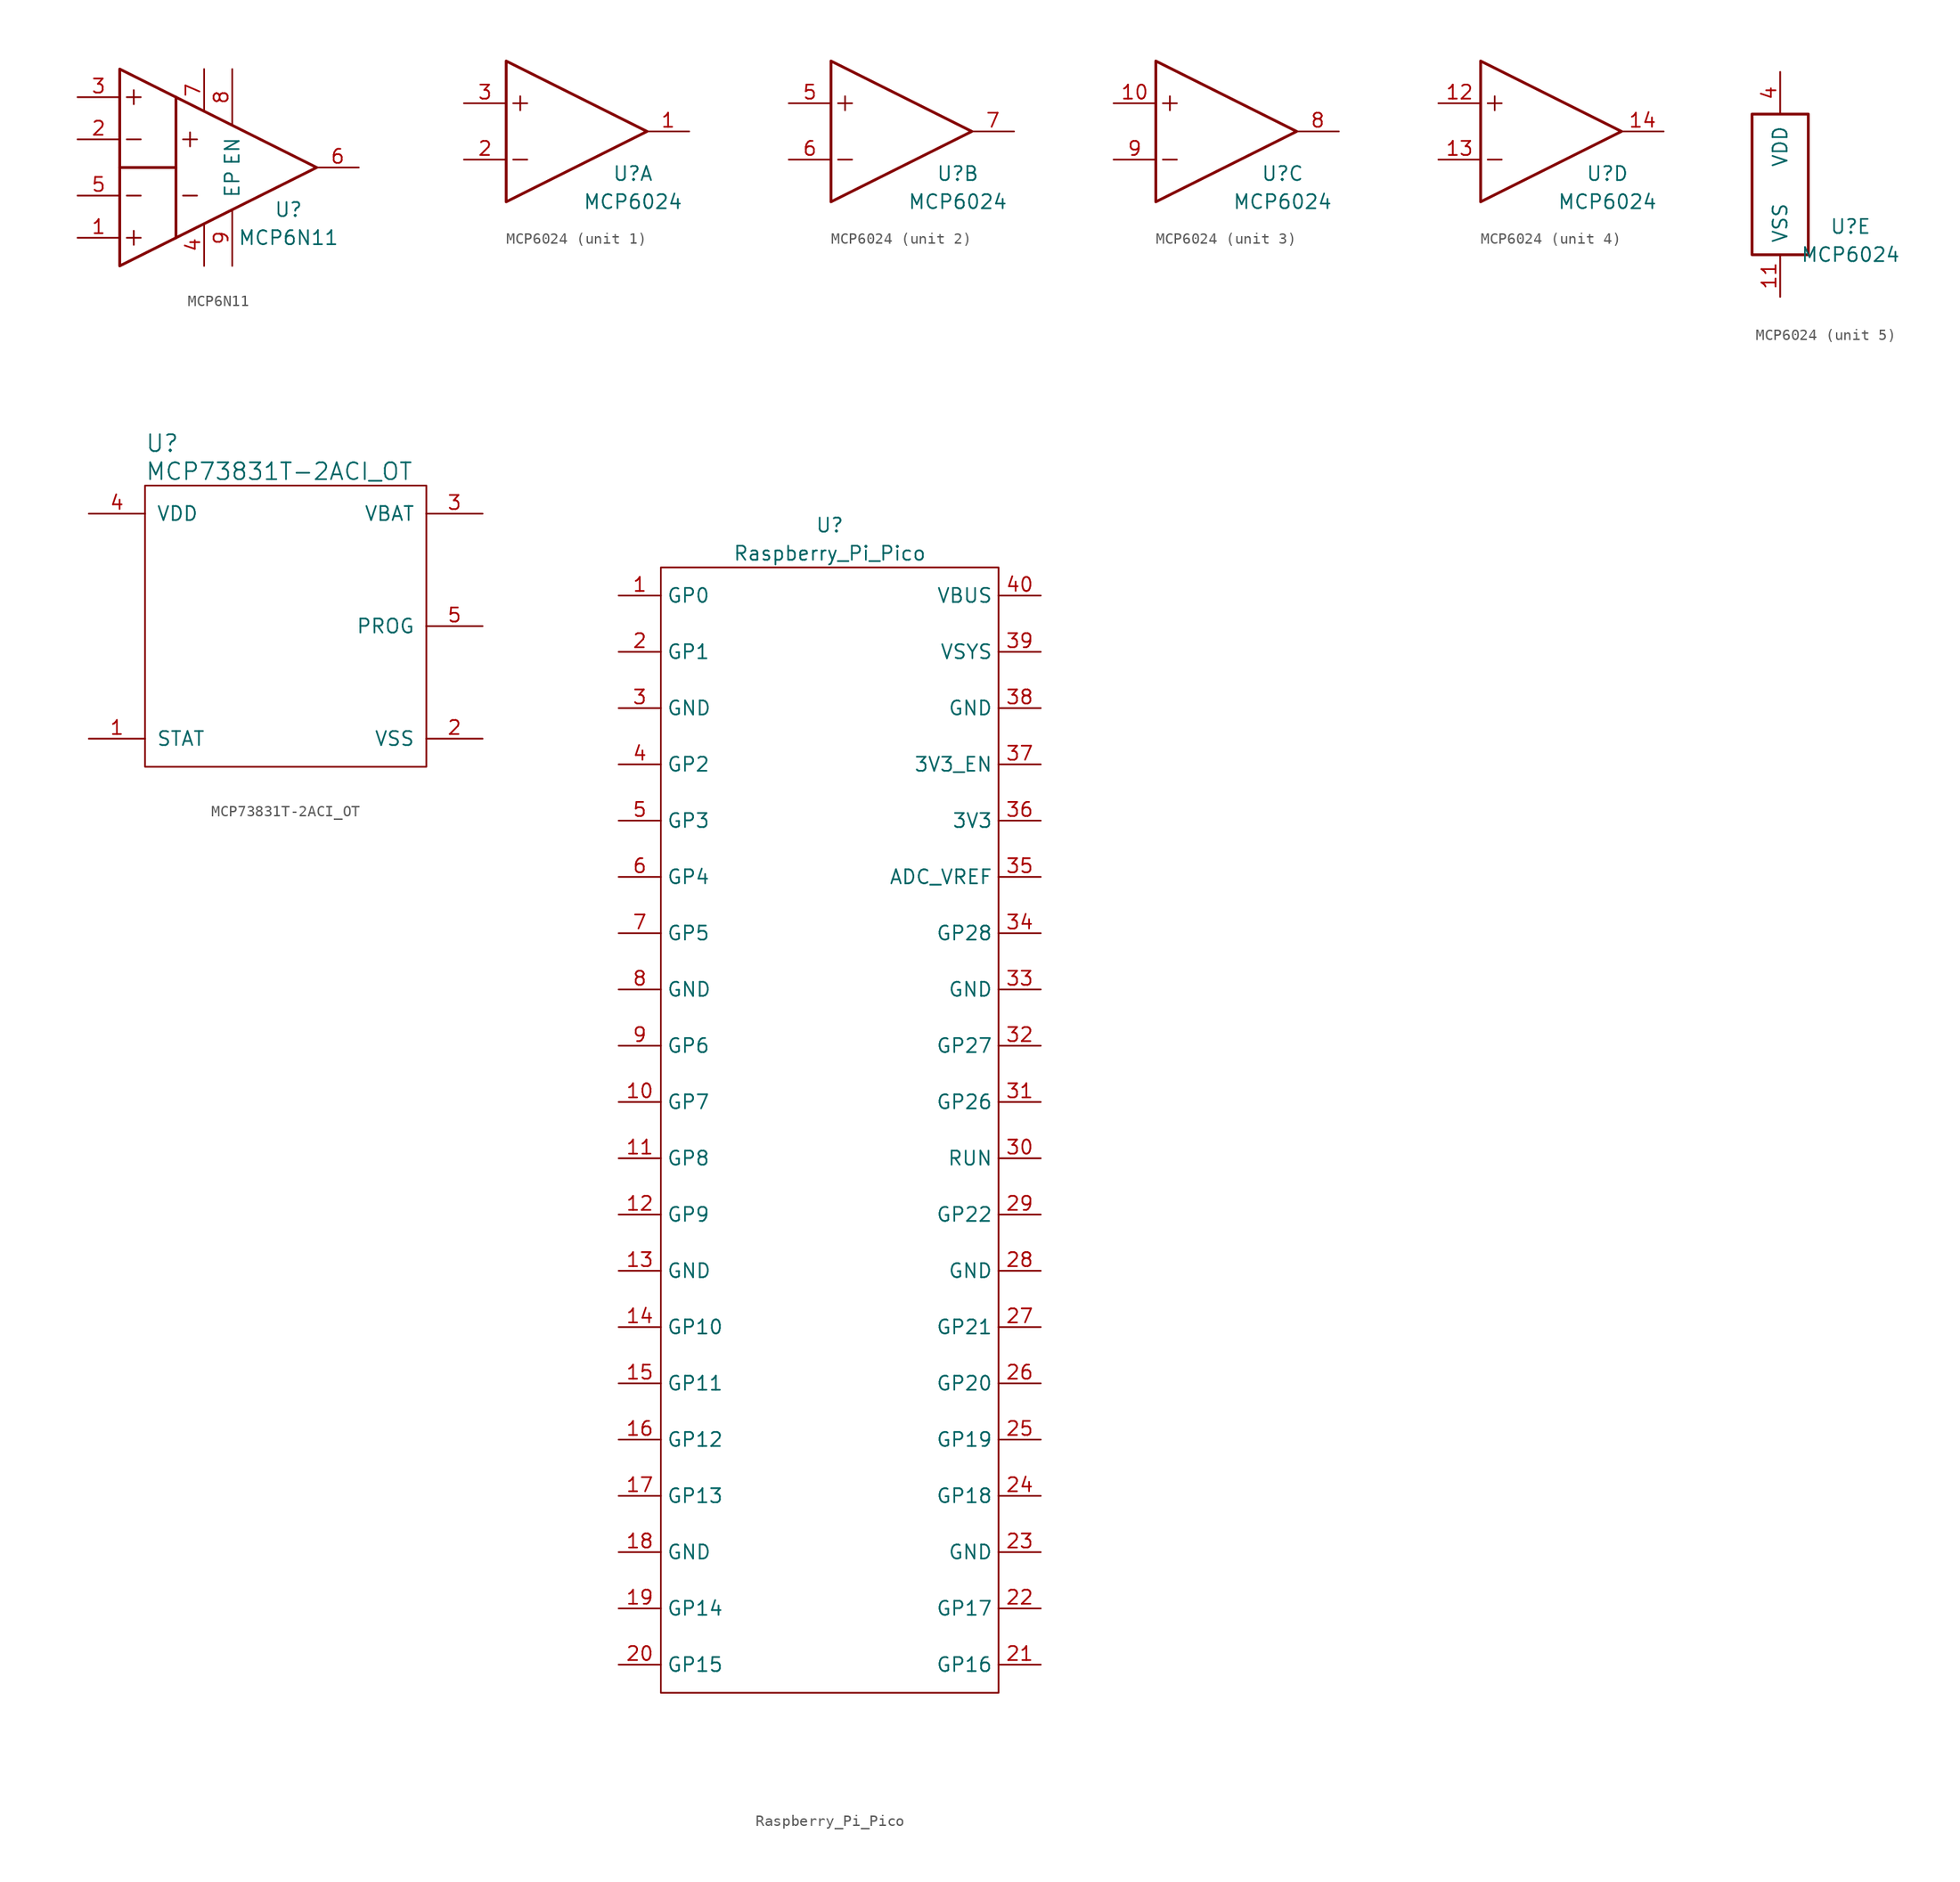
<source format=kicad_sym>
(kicad_symbol_lib
  (version 20211014)
  (generator kicad_symbol_editor)
  (symbol "MCP6N11"
    (pin_names
      (offset 1.016))
    (property "Reference" "U"
      (at 7.62 -3.81 0)
      (effects (font (size 1.27 1.27))))
    (property "Value" "MCP6N11"
      (at 7.62 -6.35 0)
      (effects (font (size 1.27 1.27))))
    (symbol "MCP6N11_0_1"
      (polyline (pts (xy -7.62 0) (xy -2.54 0)) (stroke (width 0.254) (type default) (color 0 0 0 0)) (fill (type none)))
      (polyline (pts (xy -6.985 -6.35) (xy -5.715 -6.35)) (stroke (width 0) (type default) (color 0 0 0 0)) (fill (type none)))
      (polyline (pts (xy -6.985 -2.54) (xy -5.715 -2.54)) (stroke (width 0) (type default) (color 0 0 0 0)) (fill (type none)))
      (polyline (pts (xy -6.985 2.54) (xy -5.715 2.54)) (stroke (width 0) (type default) (color 0 0 0 0)) (fill (type none)))
      (polyline (pts (xy -6.985 6.35) (xy -5.715 6.35)) (stroke (width 0) (type default) (color 0 0 0 0)) (fill (type none)))
      (polyline (pts (xy -6.35 -5.715) (xy -6.35 -6.985)) (stroke (width 0) (type default) (color 0 0 0 0)) (fill (type none)))
      (polyline (pts (xy -6.35 6.985) (xy -6.35 5.715)) (stroke (width 0) (type default) (color 0 0 0 0)) (fill (type none)))
      (polyline (pts (xy -1.905 -2.54) (xy -0.635 -2.54)) (stroke (width 0) (type default) (color 0 0 0 0)) (fill (type none)))
      (polyline (pts (xy -1.905 2.54) (xy -0.635 2.54)) (stroke (width 0) (type default) (color 0 0 0 0)) (fill (type none)))
      (polyline (pts (xy -1.27 3.175) (xy -1.27 1.905)) (stroke (width 0) (type default) (color 0 0 0 0)) (fill (type none)))
      (polyline (pts (xy -2.54 6.35) (xy -7.62 8.89) (xy -7.62 -8.89) (xy -2.54 -6.35)) (stroke (width 0.254) (type default) (color 0 0 0 0)) (fill (type none)))
      (polyline (pts (xy -2.54 0) (xy -2.54 6.35) (xy 10.16 0) (xy -2.54 -6.35) (xy -2.54 0)) (stroke (width 0.254) (type default) (color 0 0 0 0)) (fill (type none))))
    (symbol "MCP6N11_1_1"
      (pin input line (at -11.43 -6.35 0) (length 3.81) (name "~" (effects (font (size 1.27 1.27)))) (number "1" (effects (font (size 1.27 1.27)))))
      (pin input line (at -11.43 2.54 0) (length 3.81) (name "~" (effects (font (size 1.27 1.27)))) (number "2" (effects (font (size 1.27 1.27)))))
      (pin input line (at -11.43 6.35 0) (length 3.81) (name "~" (effects (font (size 1.27 1.27)))) (number "3" (effects (font (size 1.27 1.27)))))
      (pin power_in line (at 0 -8.89 90) (length 3.81) (name "~" (effects (font (size 1.27 1.27)))) (number "4" (effects (font (size 1.27 1.27)))))
      (pin input line (at -11.43 -2.54 0) (length 3.81) (name "~" (effects (font (size 1.27 1.27)))) (number "5" (effects (font (size 1.27 1.27)))))
      (pin output line (at 13.97 0 180) (length 3.81) (name "~" (effects (font (size 1.27 1.27)))) (number "6" (effects (font (size 1.27 1.27)))))
      (pin power_in line (at 0 8.89 270) (length 3.81) (name "~" (effects (font (size 1.27 1.27)))) (number "7" (effects (font (size 1.27 1.27)))))
      (pin input line (at 2.54 8.89 270) (length 5.08) (name "EN" (effects (font (size 1.27 1.27)))) (number "8" (effects (font (size 1.27 1.27)))))
      (pin power_in line (at 2.54 -8.89 90) (length 5.08) (name "EP" (effects (font (size 1.27 1.27)))) (number "9" (effects (font (size 1.27 1.27)))))))
  (symbol "MCP6024"
    (pin_names
      (offset 1.016))
    (property "Reference" "U"
      (at 6.35 -3.81 0)
      (effects (font (size 1.27 1.27))))
    (property "Value" "MCP6024"
      (at 6.35 -6.35 0)
      (effects (font (size 1.27 1.27))))
    (property "ki_locked" ""
      (at 0 0 0)
      (effects (font (size 1.27 1.27))))
    (symbol "MCP6024_1_1"
      (polyline (pts (xy -4.445 -2.54) (xy -3.175 -2.54)) (stroke (width 0) (type default) (color 0 0 0 0)) (fill (type none)))
      (polyline (pts (xy -4.445 2.54) (xy -3.175 2.54)) (stroke (width 0) (type default) (color 0 0 0 0)) (fill (type none)))
      (polyline (pts (xy -3.81 3.175) (xy -3.81 1.905)) (stroke (width 0) (type default) (color 0 0 0 0)) (fill (type none)))
      (polyline (pts (xy -5.08 0) (xy -5.08 6.35) (xy 7.62 0) (xy -5.08 -6.35) (xy -5.08 0)) (stroke (width 0.254) (type default) (color 0 0 0 0)) (fill (type none)))
      (pin output line (at 11.43 0 180) (length 3.81) (name "~" (effects (font (size 1.27 1.27)))) (number "1" (effects (font (size 1.27 1.27)))))
      (pin input line (at -8.89 -2.54 0) (length 3.81) (name "~" (effects (font (size 1.27 1.27)))) (number "2" (effects (font (size 1.27 1.27)))))
      (pin input line (at -8.89 2.54 0) (length 3.81) (name "~" (effects (font (size 1.27 1.27)))) (number "3" (effects (font (size 1.27 1.27))))))
    (symbol "MCP6024_2_1"
      (polyline (pts (xy -4.445 -2.54) (xy -3.175 -2.54)) (stroke (width 0) (type default) (color 0 0 0 0)) (fill (type none)))
      (polyline (pts (xy -4.445 2.54) (xy -3.175 2.54)) (stroke (width 0) (type default) (color 0 0 0 0)) (fill (type none)))
      (polyline (pts (xy -3.81 3.175) (xy -3.81 1.905)) (stroke (width 0) (type default) (color 0 0 0 0)) (fill (type none)))
      (polyline (pts (xy -5.08 0) (xy -5.08 6.35) (xy 7.62 0) (xy -5.08 -6.35) (xy -5.08 0)) (stroke (width 0.254) (type default) (color 0 0 0 0)) (fill (type none)))
      (pin output line (at -8.89 2.54 0) (length 3.81) (name "~" (effects (font (size 1.27 1.27)))) (number "5" (effects (font (size 1.27 1.27)))))
      (pin output line (at -8.89 -2.54 0) (length 3.81) (name "~" (effects (font (size 1.27 1.27)))) (number "6" (effects (font (size 1.27 1.27)))))
      (pin output line (at 11.43 0 180) (length 3.81) (name "~" (effects (font (size 1.27 1.27)))) (number "7" (effects (font (size 1.27 1.27))))))
    (symbol "MCP6024_3_1"
      (polyline (pts (xy -4.445 -2.54) (xy -3.175 -2.54)) (stroke (width 0) (type default) (color 0 0 0 0)) (fill (type none)))
      (polyline (pts (xy -4.445 2.54) (xy -3.175 2.54)) (stroke (width 0) (type default) (color 0 0 0 0)) (fill (type none)))
      (polyline (pts (xy -3.81 3.175) (xy -3.81 1.905)) (stroke (width 0) (type default) (color 0 0 0 0)) (fill (type none)))
      (polyline (pts (xy -5.08 0) (xy -5.08 6.35) (xy 7.62 0) (xy -5.08 -6.35) (xy -5.08 0)) (stroke (width 0.254) (type default) (color 0 0 0 0)) (fill (type none)))
      (pin input line (at -8.89 2.54 0) (length 3.81) (name "~" (effects (font (size 1.27 1.27)))) (number "10" (effects (font (size 1.27 1.27)))))
      (pin output line (at 11.43 0 180) (length 3.81) (name "~" (effects (font (size 1.27 1.27)))) (number "8" (effects (font (size 1.27 1.27)))))
      (pin input line (at -8.89 -2.54 0) (length 3.81) (name "~" (effects (font (size 1.27 1.27)))) (number "9" (effects (font (size 1.27 1.27))))))
    (symbol "MCP6024_4_1"
      (polyline (pts (xy -4.445 -2.54) (xy -3.175 -2.54)) (stroke (width 0) (type default) (color 0 0 0 0)) (fill (type none)))
      (polyline (pts (xy -4.445 2.54) (xy -3.175 2.54)) (stroke (width 0) (type default) (color 0 0 0 0)) (fill (type none)))
      (polyline (pts (xy -3.81 3.175) (xy -3.81 1.905)) (stroke (width 0) (type default) (color 0 0 0 0)) (fill (type none)))
      (polyline (pts (xy -5.08 0) (xy -5.08 6.35) (xy 7.62 0) (xy -5.08 -6.35) (xy -5.08 0)) (stroke (width 0.254) (type default) (color 0 0 0 0)) (fill (type none)))
      (pin input line (at -8.89 2.54 0) (length 3.81) (name "~" (effects (font (size 1.27 1.27)))) (number "12" (effects (font (size 1.27 1.27)))))
      (pin input line (at -8.89 -2.54 0) (length 3.81) (name "~" (effects (font (size 1.27 1.27)))) (number "13" (effects (font (size 1.27 1.27)))))
      (pin output line (at 11.43 0 180) (length 3.81) (name "~" (effects (font (size 1.27 1.27)))) (number "14" (effects (font (size 1.27 1.27))))))
    (symbol "MCP6024_5_1"
      (rectangle (start 2.54 -6.35) (end -2.54 6.35) (stroke (width 0.254) (type default) (color 0 0 0 0)) (fill (type none)))
      (pin power_in line (at 0 -10.16 90) (length 3.81) (name "VSS" (effects (font (size 1.27 1.27)))) (number "11" (effects (font (size 1.27 1.27)))))
      (pin power_in line (at 0 10.16 270) (length 3.81) (name "VDD" (effects (font (size 1.27 1.27)))) (number "4" (effects (font (size 1.27 1.27)))))))
  (symbol "MCP73831T-2ACI_OT"
    (pin_names
      (offset 1.016))
    (property "Reference" "U"
      (at -12.7 16.51 0)
      (effects (font (size 1.524 1.524)) (justify left)))
    (property "Value" "MCP73831T-2ACI_OT"
      (at -12.7 13.97 0)
      (effects (font (size 1.524 1.524)) (justify left)))
    (symbol "MCP73831T-2ACI_OT_0_1"
      (rectangle (start 12.7 12.7) (end -12.7 -12.7) (stroke (width 0) (type default) (color 0 0 0 0)) (fill (type none))))
    (symbol "MCP73831T-2ACI_OT_1_1"
      (pin input line (at -17.78 -10.16 0) (length 5.08) (name "STAT" (effects (font (size 1.27 1.27)))) (number "1" (effects (font (size 1.27 1.27)))))
      (pin input line (at 17.78 -10.16 180) (length 5.08) (name "VSS" (effects (font (size 1.27 1.27)))) (number "2" (effects (font (size 1.27 1.27)))))
      (pin input line (at 17.78 10.16 180) (length 5.08) (name "VBAT" (effects (font (size 1.27 1.27)))) (number "3" (effects (font (size 1.27 1.27)))))
      (pin input line (at -17.78 10.16 0) (length 5.08) (name "VDD" (effects (font (size 1.27 1.27)))) (number "4" (effects (font (size 1.27 1.27)))))
      (pin input line (at 17.78 0 180) (length 5.08) (name "PROG" (effects (font (size 1.27 1.27)))) (number "5" (effects (font (size 1.27 1.27)))))))
  (symbol "Raspberry_Pi_Pico"
    (property "Reference" "U"
      (at 0 54.61 0)
      (effects (font (size 1.27 1.27))))
    (property "Value" "Raspberry_Pi_Pico"
      (at 0 52.07 0)
      (effects (font (size 1.27 1.27))))
    (symbol "Raspberry_Pi_Pico_0_1"
      (rectangle (start -15.24 50.8) (end 15.24 -50.8) (stroke (width 0) (type default) (color 0 0 0 0)) (fill (type none))))
    (symbol "Raspberry_Pi_Pico_1_1"
      (pin unspecified line (at -19.05 48.26 0) (length 3.81) (name "GP0" (effects (font (size 1.27 1.27)))) (number "1" (effects (font (size 1.27 1.27)))))
      (pin unspecified line (at -19.05 2.54 0) (length 3.81) (name "GP7" (effects (font (size 1.27 1.27)))) (number "10" (effects (font (size 1.27 1.27)))))
      (pin unspecified line (at -19.05 -2.54 0) (length 3.81) (name "GP8" (effects (font (size 1.27 1.27)))) (number "11" (effects (font (size 1.27 1.27)))))
      (pin unspecified line (at -19.05 -7.62 0) (length 3.81) (name "GP9" (effects (font (size 1.27 1.27)))) (number "12" (effects (font (size 1.27 1.27)))))
      (pin unspecified line (at -19.05 -12.7 0) (length 3.81) (name "GND" (effects (font (size 1.27 1.27)))) (number "13" (effects (font (size 1.27 1.27)))))
      (pin unspecified line (at -19.05 -17.78 0) (length 3.81) (name "GP10" (effects (font (size 1.27 1.27)))) (number "14" (effects (font (size 1.27 1.27)))))
      (pin unspecified line (at -19.05 -22.86 0) (length 3.81) (name "GP11" (effects (font (size 1.27 1.27)))) (number "15" (effects (font (size 1.27 1.27)))))
      (pin unspecified line (at -19.05 -27.94 0) (length 3.81) (name "GP12" (effects (font (size 1.27 1.27)))) (number "16" (effects (font (size 1.27 1.27)))))
      (pin unspecified line (at -19.05 -33.02 0) (length 3.81) (name "GP13" (effects (font (size 1.27 1.27)))) (number "17" (effects (font (size 1.27 1.27)))))
      (pin unspecified line (at -19.05 -38.1 0) (length 3.81) (name "GND" (effects (font (size 1.27 1.27)))) (number "18" (effects (font (size 1.27 1.27)))))
      (pin unspecified line (at -19.05 -43.18 0) (length 3.81) (name "GP14" (effects (font (size 1.27 1.27)))) (number "19" (effects (font (size 1.27 1.27)))))
      (pin unspecified line (at -19.05 43.18 0) (length 3.81) (name "GP1" (effects (font (size 1.27 1.27)))) (number "2" (effects (font (size 1.27 1.27)))))
      (pin unspecified line (at -19.05 -48.26 0) (length 3.81) (name "GP15" (effects (font (size 1.27 1.27)))) (number "20" (effects (font (size 1.27 1.27)))))
      (pin unspecified line (at 19.05 -48.26 180) (length 3.81) (name "GP16" (effects (font (size 1.27 1.27)))) (number "21" (effects (font (size 1.27 1.27)))))
      (pin unspecified line (at 19.05 -43.18 180) (length 3.81) (name "GP17" (effects (font (size 1.27 1.27)))) (number "22" (effects (font (size 1.27 1.27)))))
      (pin unspecified line (at 19.05 -38.1 180) (length 3.81) (name "GND" (effects (font (size 1.27 1.27)))) (number "23" (effects (font (size 1.27 1.27)))))
      (pin unspecified line (at 19.05 -33.02 180) (length 3.81) (name "GP18" (effects (font (size 1.27 1.27)))) (number "24" (effects (font (size 1.27 1.27)))))
      (pin unspecified line (at 19.05 -27.94 180) (length 3.81) (name "GP19" (effects (font (size 1.27 1.27)))) (number "25" (effects (font (size 1.27 1.27)))))
      (pin unspecified line (at 19.05 -22.86 180) (length 3.81) (name "GP20" (effects (font (size 1.27 1.27)))) (number "26" (effects (font (size 1.27 1.27)))))
      (pin unspecified line (at 19.05 -17.78 180) (length 3.81) (name "GP21" (effects (font (size 1.27 1.27)))) (number "27" (effects (font (size 1.27 1.27)))))
      (pin unspecified line (at 19.05 -12.7 180) (length 3.81) (name "GND" (effects (font (size 1.27 1.27)))) (number "28" (effects (font (size 1.27 1.27)))))
      (pin unspecified line (at 19.05 -7.62 180) (length 3.81) (name "GP22" (effects (font (size 1.27 1.27)))) (number "29" (effects (font (size 1.27 1.27)))))
      (pin unspecified line (at -19.05 38.1 0) (length 3.81) (name "GND" (effects (font (size 1.27 1.27)))) (number "3" (effects (font (size 1.27 1.27)))))
      (pin unspecified line (at 19.05 -2.54 180) (length 3.81) (name "RUN" (effects (font (size 1.27 1.27)))) (number "30" (effects (font (size 1.27 1.27)))))
      (pin unspecified line (at 19.05 2.54 180) (length 3.81) (name "GP26" (effects (font (size 1.27 1.27)))) (number "31" (effects (font (size 1.27 1.27)))))
      (pin unspecified line (at 19.05 7.62 180) (length 3.81) (name "GP27" (effects (font (size 1.27 1.27)))) (number "32" (effects (font (size 1.27 1.27)))))
      (pin unspecified line (at 19.05 12.7 180) (length 3.81) (name "GND" (effects (font (size 1.27 1.27)))) (number "33" (effects (font (size 1.27 1.27)))))
      (pin unspecified line (at 19.05 17.78 180) (length 3.81) (name "GP28" (effects (font (size 1.27 1.27)))) (number "34" (effects (font (size 1.27 1.27)))))
      (pin unspecified line (at 19.05 22.86 180) (length 3.81) (name "ADC_VREF" (effects (font (size 1.27 1.27)))) (number "35" (effects (font (size 1.27 1.27)))))
      (pin unspecified line (at 19.05 27.94 180) (length 3.81) (name "3V3" (effects (font (size 1.27 1.27)))) (number "36" (effects (font (size 1.27 1.27)))))
      (pin unspecified line (at 19.05 33.02 180) (length 3.81) (name "3V3_EN" (effects (font (size 1.27 1.27)))) (number "37" (effects (font (size 1.27 1.27)))))
      (pin unspecified line (at 19.05 38.1 180) (length 3.81) (name "GND" (effects (font (size 1.27 1.27)))) (number "38" (effects (font (size 1.27 1.27)))))
      (pin unspecified line (at 19.05 43.18 180) (length 3.81) (name "VSYS" (effects (font (size 1.27 1.27)))) (number "39" (effects (font (size 1.27 1.27)))))
      (pin unspecified line (at -19.05 33.02 0) (length 3.81) (name "GP2" (effects (font (size 1.27 1.27)))) (number "4" (effects (font (size 1.27 1.27)))))
      (pin unspecified line (at 19.05 48.26 180) (length 3.81) (name "VBUS" (effects (font (size 1.27 1.27)))) (number "40" (effects (font (size 1.27 1.27)))))
      (pin unspecified line (at -19.05 27.94 0) (length 3.81) (name "GP3" (effects (font (size 1.27 1.27)))) (number "5" (effects (font (size 1.27 1.27)))))
      (pin unspecified line (at -19.05 22.86 0) (length 3.81) (name "GP4" (effects (font (size 1.27 1.27)))) (number "6" (effects (font (size 1.27 1.27)))))
      (pin unspecified line (at -19.05 17.78 0) (length 3.81) (name "GP5" (effects (font (size 1.27 1.27)))) (number "7" (effects (font (size 1.27 1.27)))))
      (pin unspecified line (at -19.05 12.7 0) (length 3.81) (name "GND" (effects (font (size 1.27 1.27)))) (number "8" (effects (font (size 1.27 1.27)))))
      (pin unspecified line (at -19.05 7.62 0) (length 3.81) (name "GP6" (effects (font (size 1.27 1.27)))) (number "9" (effects (font (size 1.27 1.27))))))))
</source>
